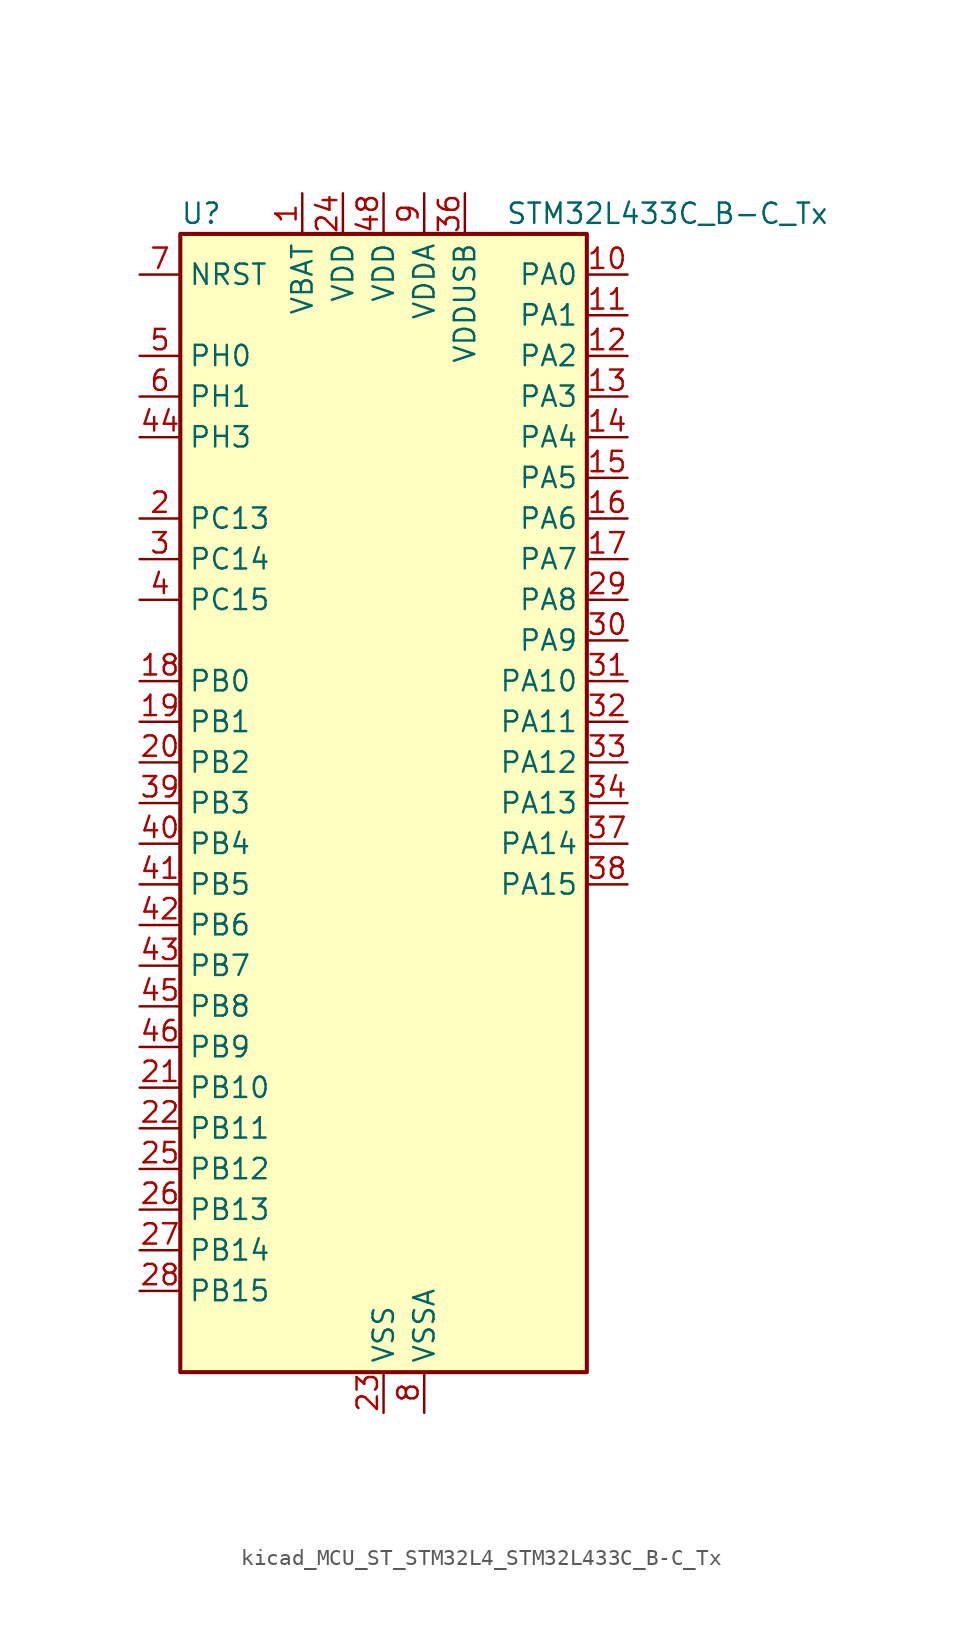
<source format=kicad_sym>
(kicad_symbol_lib
  (version 20220914)
  (generator kicad_symbol_editor)
  (symbol "kicad_MCU_ST_STM32L4_STM32L433C_B-C_Tx"
    (property "Reference" "U"
      (at -12.7 36.83 0)
      (effects (font (size 1.27 1.27)) (justify left)))
    (property "Value" "STM32L433C_B-C_Tx"
      (at 7.62 36.83 0)
      (effects (font (size 1.27 1.27)) (justify left)))
    (property "ki_locked" ""
      (at 0 0 0)
      (effects (font (size 1.27 1.27))))
    (symbol "kicad_MCU_ST_STM32L4_STM32L433C_B-C_Tx_0_1"
      (rectangle (start -12.7 -35.56) (end 12.7 35.56) (stroke (width 0.254) (type default)) (fill (type background))))
    (symbol "kicad_MCU_ST_STM32L4_STM32L433C_B-C_Tx_1_1"
      (pin power_in line (at -5.08 38.1 270) (length 2.54) (name "VBAT" (effects (font (size 1.27 1.27)))) (number "1" (effects (font (size 1.27 1.27)))))
      (pin bidirectional line (at 15.24 33.02 180) (length 2.54) (name "PA0" (effects (font (size 1.27 1.27)))) (number "10" (effects (font (size 1.27 1.27)))) (alternate "ADC1_IN5" bidirectional line) (alternate "COMP1_INM" bidirectional line) (alternate "COMP1_OUT" bidirectional line) (alternate "OPAMP1_VINP" bidirectional line) (alternate "RTC_TAMP2" bidirectional line) (alternate "SAI1_EXTCLK" bidirectional line) (alternate "SYS_WKUP1" bidirectional line) (alternate "TIM2_CH1" bidirectional line) (alternate "TIM2_ETR" bidirectional line) (alternate "USART2_CTS" bidirectional line))
      (pin bidirectional line (at 15.24 30.48 180) (length 2.54) (name "PA1" (effects (font (size 1.27 1.27)))) (number "11" (effects (font (size 1.27 1.27)))) (alternate "ADC1_IN6" bidirectional line) (alternate "COMP1_INP" bidirectional line) (alternate "I2C1_SMBA" bidirectional line) (alternate "LCD_SEG0" bidirectional line) (alternate "OPAMP1_VINM" bidirectional line) (alternate "SPI1_SCK" bidirectional line) (alternate "TIM15_CH1N" bidirectional line) (alternate "TIM2_CH2" bidirectional line) (alternate "USART2_DE" bidirectional line) (alternate "USART2_RTS" bidirectional line))
      (pin bidirectional line (at 15.24 27.94 180) (length 2.54) (name "PA2" (effects (font (size 1.27 1.27)))) (number "12" (effects (font (size 1.27 1.27)))) (alternate "ADC1_IN7" bidirectional line) (alternate "COMP2_INM" bidirectional line) (alternate "COMP2_OUT" bidirectional line) (alternate "LCD_SEG1" bidirectional line) (alternate "LPUART1_TX" bidirectional line) (alternate "QUADSPI_BK1_NCS" bidirectional line) (alternate "RCC_LSCO" bidirectional line) (alternate "SYS_WKUP4" bidirectional line) (alternate "TIM15_CH1" bidirectional line) (alternate "TIM2_CH3" bidirectional line) (alternate "USART2_TX" bidirectional line))
      (pin bidirectional line (at 15.24 25.4 180) (length 2.54) (name "PA3" (effects (font (size 1.27 1.27)))) (number "13" (effects (font (size 1.27 1.27)))) (alternate "ADC1_IN8" bidirectional line) (alternate "COMP2_INP" bidirectional line) (alternate "LCD_SEG2" bidirectional line) (alternate "LPUART1_RX" bidirectional line) (alternate "OPAMP1_VOUT" bidirectional line) (alternate "QUADSPI_CLK" bidirectional line) (alternate "SAI1_MCLK_A" bidirectional line) (alternate "TIM15_CH2" bidirectional line) (alternate "TIM2_CH4" bidirectional line) (alternate "USART2_RX" bidirectional line))
      (pin bidirectional line (at 15.24 22.86 180) (length 2.54) (name "PA4" (effects (font (size 1.27 1.27)))) (number "14" (effects (font (size 1.27 1.27)))) (alternate "ADC1_IN9" bidirectional line) (alternate "COMP1_INM" bidirectional line) (alternate "COMP2_INM" bidirectional line) (alternate "DAC1_OUT1" bidirectional line) (alternate "LPTIM2_OUT" bidirectional line) (alternate "SAI1_FS_B" bidirectional line) (alternate "SPI1_NSS" bidirectional line) (alternate "SPI3_NSS" bidirectional line) (alternate "USART2_CK" bidirectional line))
      (pin bidirectional line (at 15.24 20.32 180) (length 2.54) (name "PA5" (effects (font (size 1.27 1.27)))) (number "15" (effects (font (size 1.27 1.27)))) (alternate "ADC1_IN10" bidirectional line) (alternate "COMP1_INM" bidirectional line) (alternate "COMP2_INM" bidirectional line) (alternate "DAC1_OUT2" bidirectional line) (alternate "LPTIM2_ETR" bidirectional line) (alternate "SPI1_SCK" bidirectional line) (alternate "TIM2_CH1" bidirectional line) (alternate "TIM2_ETR" bidirectional line))
      (pin bidirectional line (at 15.24 17.78 180) (length 2.54) (name "PA6" (effects (font (size 1.27 1.27)))) (number "16" (effects (font (size 1.27 1.27)))) (alternate "ADC1_IN11" bidirectional line) (alternate "COMP1_OUT" bidirectional line) (alternate "LCD_SEG3" bidirectional line) (alternate "LPUART1_CTS" bidirectional line) (alternate "QUADSPI_BK1_IO3" bidirectional line) (alternate "SPI1_MISO" bidirectional line) (alternate "TIM16_CH1" bidirectional line) (alternate "TIM1_BKIN" bidirectional line) (alternate "TIM1_BKIN_COMP2" bidirectional line) (alternate "USART3_CTS" bidirectional line))
      (pin bidirectional line (at 15.24 15.24 180) (length 2.54) (name "PA7" (effects (font (size 1.27 1.27)))) (number "17" (effects (font (size 1.27 1.27)))) (alternate "ADC1_IN12" bidirectional line) (alternate "COMP2_OUT" bidirectional line) (alternate "I2C3_SCL" bidirectional line) (alternate "LCD_SEG4" bidirectional line) (alternate "QUADSPI_BK1_IO2" bidirectional line) (alternate "SPI1_MOSI" bidirectional line) (alternate "TIM1_CH1N" bidirectional line))
      (pin bidirectional line (at -15.24 7.62 0) (length 2.54) (name "PB0" (effects (font (size 1.27 1.27)))) (number "18" (effects (font (size 1.27 1.27)))) (alternate "ADC1_IN15" bidirectional line) (alternate "COMP1_OUT" bidirectional line) (alternate "LCD_SEG5" bidirectional line) (alternate "QUADSPI_BK1_IO1" bidirectional line) (alternate "SAI1_EXTCLK" bidirectional line) (alternate "SPI1_NSS" bidirectional line) (alternate "TIM1_CH2N" bidirectional line) (alternate "USART3_CK" bidirectional line))
      (pin bidirectional line (at -15.24 5.08 0) (length 2.54) (name "PB1" (effects (font (size 1.27 1.27)))) (number "19" (effects (font (size 1.27 1.27)))) (alternate "ADC1_IN16" bidirectional line) (alternate "COMP1_INM" bidirectional line) (alternate "LCD_SEG6" bidirectional line) (alternate "LPTIM2_IN1" bidirectional line) (alternate "LPUART1_DE" bidirectional line) (alternate "LPUART1_RTS" bidirectional line) (alternate "QUADSPI_BK1_IO0" bidirectional line) (alternate "TIM1_CH3N" bidirectional line) (alternate "USART3_DE" bidirectional line) (alternate "USART3_RTS" bidirectional line))
      (pin bidirectional line (at -15.24 17.78 0) (length 2.54) (name "PC13" (effects (font (size 1.27 1.27)))) (number "2" (effects (font (size 1.27 1.27)))) (alternate "RTC_OUT_ALARM" bidirectional line) (alternate "RTC_OUT_CALIB" bidirectional line) (alternate "RTC_TAMP1" bidirectional line) (alternate "RTC_TS" bidirectional line) (alternate "SYS_WKUP2" bidirectional line))
      (pin bidirectional line (at -15.24 2.54 0) (length 2.54) (name "PB2" (effects (font (size 1.27 1.27)))) (number "20" (effects (font (size 1.27 1.27)))) (alternate "COMP1_INP" bidirectional line) (alternate "I2C3_SMBA" bidirectional line) (alternate "LCD_VLCD" bidirectional line) (alternate "LPTIM1_OUT" bidirectional line) (alternate "RTC_OUT_ALARM" bidirectional line) (alternate "RTC_OUT_CALIB" bidirectional line))
      (pin bidirectional line (at -15.24 -17.78 0) (length 2.54) (name "PB10" (effects (font (size 1.27 1.27)))) (number "21" (effects (font (size 1.27 1.27)))) (alternate "COMP1_OUT" bidirectional line) (alternate "I2C2_SCL" bidirectional line) (alternate "LCD_SEG10" bidirectional line) (alternate "LPUART1_RX" bidirectional line) (alternate "QUADSPI_CLK" bidirectional line) (alternate "SAI1_SCK_A" bidirectional line) (alternate "SPI2_SCK" bidirectional line) (alternate "TIM2_CH3" bidirectional line) (alternate "TSC_SYNC" bidirectional line) (alternate "USART3_TX" bidirectional line))
      (pin bidirectional line (at -15.24 -20.32 0) (length 2.54) (name "PB11" (effects (font (size 1.27 1.27)))) (number "22" (effects (font (size 1.27 1.27)))) (alternate "ADC1_EXTI11" bidirectional line) (alternate "COMP2_OUT" bidirectional line) (alternate "I2C2_SDA" bidirectional line) (alternate "LCD_SEG11" bidirectional line) (alternate "LPUART1_TX" bidirectional line) (alternate "QUADSPI_BK1_NCS" bidirectional line) (alternate "TIM2_CH4" bidirectional line) (alternate "USART3_RX" bidirectional line))
      (pin power_in line (at 0 -38.1 90) (length 2.54) (name "VSS" (effects (font (size 1.27 1.27)))) (number "23" (effects (font (size 1.27 1.27)))))
      (pin power_in line (at -2.54 38.1 270) (length 2.54) (name "VDD" (effects (font (size 1.27 1.27)))) (number "24" (effects (font (size 1.27 1.27)))))
      (pin bidirectional line (at -15.24 -22.86 0) (length 2.54) (name "PB12" (effects (font (size 1.27 1.27)))) (number "25" (effects (font (size 1.27 1.27)))) (alternate "I2C2_SMBA" bidirectional line) (alternate "LCD_SEG12" bidirectional line) (alternate "LPUART1_DE" bidirectional line) (alternate "LPUART1_RTS" bidirectional line) (alternate "SAI1_FS_A" bidirectional line) (alternate "SPI2_NSS" bidirectional line) (alternate "SWPMI1_IO" bidirectional line) (alternate "TIM15_BKIN" bidirectional line) (alternate "TIM1_BKIN" bidirectional line) (alternate "TIM1_BKIN_COMP2" bidirectional line) (alternate "TSC_G1_IO1" bidirectional line) (alternate "USART3_CK" bidirectional line))
      (pin bidirectional line (at -15.24 -25.4 0) (length 2.54) (name "PB13" (effects (font (size 1.27 1.27)))) (number "26" (effects (font (size 1.27 1.27)))) (alternate "I2C2_SCL" bidirectional line) (alternate "LCD_SEG13" bidirectional line) (alternate "LPUART1_CTS" bidirectional line) (alternate "SAI1_SCK_A" bidirectional line) (alternate "SPI2_SCK" bidirectional line) (alternate "SWPMI1_TX" bidirectional line) (alternate "TIM15_CH1N" bidirectional line) (alternate "TIM1_CH1N" bidirectional line) (alternate "TSC_G1_IO2" bidirectional line) (alternate "USART3_CTS" bidirectional line))
      (pin bidirectional line (at -15.24 -27.94 0) (length 2.54) (name "PB14" (effects (font (size 1.27 1.27)))) (number "27" (effects (font (size 1.27 1.27)))) (alternate "I2C2_SDA" bidirectional line) (alternate "LCD_SEG14" bidirectional line) (alternate "SAI1_MCLK_A" bidirectional line) (alternate "SPI2_MISO" bidirectional line) (alternate "SWPMI1_RX" bidirectional line) (alternate "TIM15_CH1" bidirectional line) (alternate "TIM1_CH2N" bidirectional line) (alternate "TSC_G1_IO3" bidirectional line) (alternate "USART3_DE" bidirectional line) (alternate "USART3_RTS" bidirectional line))
      (pin bidirectional line (at -15.24 -30.48 0) (length 2.54) (name "PB15" (effects (font (size 1.27 1.27)))) (number "28" (effects (font (size 1.27 1.27)))) (alternate "ADC1_EXTI15" bidirectional line) (alternate "LCD_SEG15" bidirectional line) (alternate "RTC_REFIN" bidirectional line) (alternate "SAI1_SD_A" bidirectional line) (alternate "SPI2_MOSI" bidirectional line) (alternate "SWPMI1_SUSPEND" bidirectional line) (alternate "TIM15_CH2" bidirectional line) (alternate "TIM1_CH3N" bidirectional line) (alternate "TSC_G1_IO4" bidirectional line))
      (pin bidirectional line (at 15.24 12.7 180) (length 2.54) (name "PA8" (effects (font (size 1.27 1.27)))) (number "29" (effects (font (size 1.27 1.27)))) (alternate "LCD_COM0" bidirectional line) (alternate "LPTIM2_OUT" bidirectional line) (alternate "RCC_MCO" bidirectional line) (alternate "SAI1_SCK_A" bidirectional line) (alternate "SWPMI1_IO" bidirectional line) (alternate "TIM1_CH1" bidirectional line) (alternate "USART1_CK" bidirectional line))
      (pin bidirectional line (at -15.24 15.24 0) (length 2.54) (name "PC14" (effects (font (size 1.27 1.27)))) (number "3" (effects (font (size 1.27 1.27)))) (alternate "RCC_OSC32_IN" bidirectional line))
      (pin bidirectional line (at 15.24 10.16 180) (length 2.54) (name "PA9" (effects (font (size 1.27 1.27)))) (number "30" (effects (font (size 1.27 1.27)))) (alternate "DAC1_EXTI9" bidirectional line) (alternate "I2C1_SCL" bidirectional line) (alternate "LCD_COM1" bidirectional line) (alternate "SAI1_FS_A" bidirectional line) (alternate "TIM15_BKIN" bidirectional line) (alternate "TIM1_CH2" bidirectional line) (alternate "USART1_TX" bidirectional line))
      (pin bidirectional line (at 15.24 7.62 180) (length 2.54) (name "PA10" (effects (font (size 1.27 1.27)))) (number "31" (effects (font (size 1.27 1.27)))) (alternate "CRS_SYNC" bidirectional line) (alternate "I2C1_SDA" bidirectional line) (alternate "LCD_COM2" bidirectional line) (alternate "SAI1_SD_A" bidirectional line) (alternate "TIM1_CH3" bidirectional line) (alternate "USART1_RX" bidirectional line))
      (pin bidirectional line (at 15.24 5.08 180) (length 2.54) (name "PA11" (effects (font (size 1.27 1.27)))) (number "32" (effects (font (size 1.27 1.27)))) (alternate "ADC1_EXTI11" bidirectional line) (alternate "CAN1_RX" bidirectional line) (alternate "COMP1_OUT" bidirectional line) (alternate "SPI1_MISO" bidirectional line) (alternate "TIM1_BKIN2" bidirectional line) (alternate "TIM1_BKIN2_COMP1" bidirectional line) (alternate "TIM1_CH4" bidirectional line) (alternate "USART1_CTS" bidirectional line) (alternate "USB_DM" bidirectional line))
      (pin bidirectional line (at 15.24 2.54 180) (length 2.54) (name "PA12" (effects (font (size 1.27 1.27)))) (number "33" (effects (font (size 1.27 1.27)))) (alternate "CAN1_TX" bidirectional line) (alternate "SPI1_MOSI" bidirectional line) (alternate "TIM1_ETR" bidirectional line) (alternate "USART1_DE" bidirectional line) (alternate "USART1_RTS" bidirectional line) (alternate "USB_DP" bidirectional line))
      (pin bidirectional line (at 15.24 0 180) (length 2.54) (name "PA13" (effects (font (size 1.27 1.27)))) (number "34" (effects (font (size 1.27 1.27)))) (alternate "IR_OUT" bidirectional line) (alternate "SAI1_SD_B" bidirectional line) (alternate "SWPMI1_TX" bidirectional line) (alternate "SYS_JTMS-SWDIO" bidirectional line) (alternate "USB_NOE" bidirectional line))
      (pin passive line (at 0 -38.1 90) (length 2.54) hide (name "VSS" (effects (font (size 1.27 1.27)))) (number "35" (effects (font (size 1.27 1.27)))))
      (pin power_in line (at 5.08 38.1 270) (length 2.54) (name "VDDUSB" (effects (font (size 1.27 1.27)))) (number "36" (effects (font (size 1.27 1.27)))))
      (pin bidirectional line (at 15.24 -2.54 180) (length 2.54) (name "PA14" (effects (font (size 1.27 1.27)))) (number "37" (effects (font (size 1.27 1.27)))) (alternate "I2C1_SMBA" bidirectional line) (alternate "LPTIM1_OUT" bidirectional line) (alternate "SAI1_FS_B" bidirectional line) (alternate "SWPMI1_RX" bidirectional line) (alternate "SYS_JTCK-SWCLK" bidirectional line))
      (pin bidirectional line (at 15.24 -5.08 180) (length 2.54) (name "PA15" (effects (font (size 1.27 1.27)))) (number "38" (effects (font (size 1.27 1.27)))) (alternate "ADC1_EXTI15" bidirectional line) (alternate "LCD_SEG17" bidirectional line) (alternate "SPI1_NSS" bidirectional line) (alternate "SPI3_NSS" bidirectional line) (alternate "SWPMI1_SUSPEND" bidirectional line) (alternate "SYS_JTDI" bidirectional line) (alternate "TIM2_CH1" bidirectional line) (alternate "TIM2_ETR" bidirectional line) (alternate "USART2_RX" bidirectional line) (alternate "USART3_DE" bidirectional line) (alternate "USART3_RTS" bidirectional line))
      (pin bidirectional line (at -15.24 0 0) (length 2.54) (name "PB3" (effects (font (size 1.27 1.27)))) (number "39" (effects (font (size 1.27 1.27)))) (alternate "COMP2_INM" bidirectional line) (alternate "LCD_SEG7" bidirectional line) (alternate "SAI1_SCK_B" bidirectional line) (alternate "SPI1_SCK" bidirectional line) (alternate "SPI3_SCK" bidirectional line) (alternate "SYS_JTDO-SWO" bidirectional line) (alternate "TIM2_CH2" bidirectional line) (alternate "USART1_DE" bidirectional line) (alternate "USART1_RTS" bidirectional line))
      (pin bidirectional line (at -15.24 12.7 0) (length 2.54) (name "PC15" (effects (font (size 1.27 1.27)))) (number "4" (effects (font (size 1.27 1.27)))) (alternate "ADC1_EXTI15" bidirectional line) (alternate "RCC_OSC32_OUT" bidirectional line))
      (pin bidirectional line (at -15.24 -2.54 0) (length 2.54) (name "PB4" (effects (font (size 1.27 1.27)))) (number "40" (effects (font (size 1.27 1.27)))) (alternate "COMP2_INP" bidirectional line) (alternate "I2C3_SDA" bidirectional line) (alternate "LCD_SEG8" bidirectional line) (alternate "SAI1_MCLK_B" bidirectional line) (alternate "SPI1_MISO" bidirectional line) (alternate "SPI3_MISO" bidirectional line) (alternate "SYS_JTRST" bidirectional line) (alternate "TSC_G2_IO1" bidirectional line) (alternate "USART1_CTS" bidirectional line))
      (pin bidirectional line (at -15.24 -5.08 0) (length 2.54) (name "PB5" (effects (font (size 1.27 1.27)))) (number "41" (effects (font (size 1.27 1.27)))) (alternate "COMP2_OUT" bidirectional line) (alternate "I2C1_SMBA" bidirectional line) (alternate "LCD_SEG9" bidirectional line) (alternate "LPTIM1_IN1" bidirectional line) (alternate "SAI1_SD_B" bidirectional line) (alternate "SPI1_MOSI" bidirectional line) (alternate "SPI3_MOSI" bidirectional line) (alternate "TIM16_BKIN" bidirectional line) (alternate "TSC_G2_IO2" bidirectional line) (alternate "USART1_CK" bidirectional line))
      (pin bidirectional line (at -15.24 -7.62 0) (length 2.54) (name "PB6" (effects (font (size 1.27 1.27)))) (number "42" (effects (font (size 1.27 1.27)))) (alternate "COMP2_INP" bidirectional line) (alternate "I2C1_SCL" bidirectional line) (alternate "LPTIM1_ETR" bidirectional line) (alternate "SAI1_FS_B" bidirectional line) (alternate "TIM16_CH1N" bidirectional line) (alternate "TSC_G2_IO3" bidirectional line) (alternate "USART1_TX" bidirectional line))
      (pin bidirectional line (at -15.24 -10.16 0) (length 2.54) (name "PB7" (effects (font (size 1.27 1.27)))) (number "43" (effects (font (size 1.27 1.27)))) (alternate "COMP2_INM" bidirectional line) (alternate "I2C1_SDA" bidirectional line) (alternate "LCD_SEG21" bidirectional line) (alternate "LPTIM1_IN2" bidirectional line) (alternate "SYS_PVD_IN" bidirectional line) (alternate "TSC_G2_IO4" bidirectional line) (alternate "USART1_RX" bidirectional line))
      (pin bidirectional line (at -15.24 22.86 0) (length 2.54) (name "PH3" (effects (font (size 1.27 1.27)))) (number "44" (effects (font (size 1.27 1.27)))))
      (pin bidirectional line (at -15.24 -12.7 0) (length 2.54) (name "PB8" (effects (font (size 1.27 1.27)))) (number "45" (effects (font (size 1.27 1.27)))) (alternate "CAN1_RX" bidirectional line) (alternate "I2C1_SCL" bidirectional line) (alternate "LCD_SEG16" bidirectional line) (alternate "SAI1_MCLK_A" bidirectional line) (alternate "TIM16_CH1" bidirectional line))
      (pin bidirectional line (at -15.24 -15.24 0) (length 2.54) (name "PB9" (effects (font (size 1.27 1.27)))) (number "46" (effects (font (size 1.27 1.27)))) (alternate "CAN1_TX" bidirectional line) (alternate "DAC1_EXTI9" bidirectional line) (alternate "I2C1_SDA" bidirectional line) (alternate "IR_OUT" bidirectional line) (alternate "LCD_COM3" bidirectional line) (alternate "SAI1_FS_A" bidirectional line) (alternate "SPI2_NSS" bidirectional line))
      (pin passive line (at 0 -38.1 90) (length 2.54) hide (name "VSS" (effects (font (size 1.27 1.27)))) (number "47" (effects (font (size 1.27 1.27)))))
      (pin power_in line (at 0 38.1 270) (length 2.54) (name "VDD" (effects (font (size 1.27 1.27)))) (number "48" (effects (font (size 1.27 1.27)))))
      (pin bidirectional line (at -15.24 27.94 0) (length 2.54) (name "PH0" (effects (font (size 1.27 1.27)))) (number "5" (effects (font (size 1.27 1.27)))) (alternate "RCC_OSC_IN" bidirectional line))
      (pin bidirectional line (at -15.24 25.4 0) (length 2.54) (name "PH1" (effects (font (size 1.27 1.27)))) (number "6" (effects (font (size 1.27 1.27)))) (alternate "RCC_OSC_OUT" bidirectional line))
      (pin input line (at -15.24 33.02 0) (length 2.54) (name "NRST" (effects (font (size 1.27 1.27)))) (number "7" (effects (font (size 1.27 1.27)))))
      (pin power_in line (at 2.54 -38.1 90) (length 2.54) (name "VSSA" (effects (font (size 1.27 1.27)))) (number "8" (effects (font (size 1.27 1.27)))))
      (pin power_in line (at 2.54 38.1 270) (length 2.54) (name "VDDA" (effects (font (size 1.27 1.27)))) (number "9" (effects (font (size 1.27 1.27))))))))
</source>
